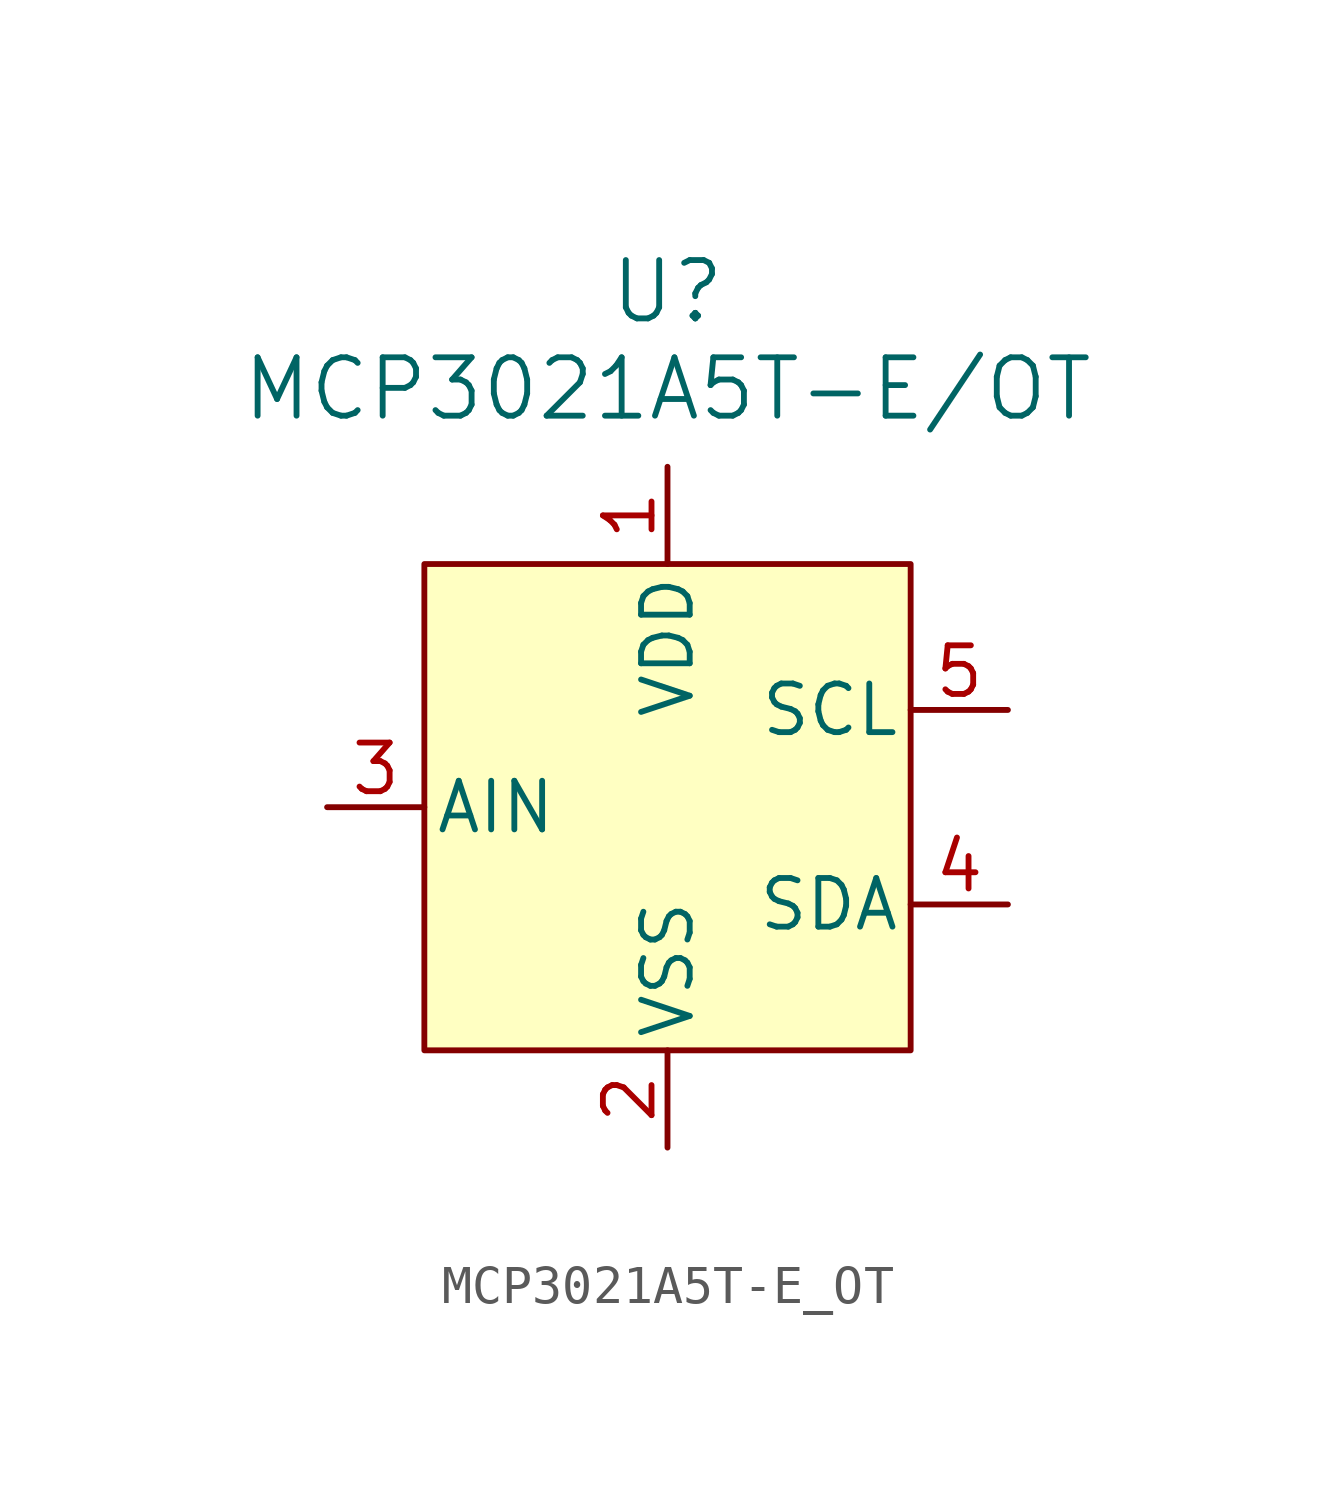
<source format=kicad_sym>
(kicad_symbol_lib
  (version 20231120)
  (generator "kicad_symbol_editor")
  (generator_version "8.0")
  (symbol "MCP3021A5T-E_OT"
    (pin_names
      (offset 0.254))
    (property "Reference" "U"
      (at 8.89 13.462 0)
      (effects (font (size 1.524 1.524))))
    (property "Value" "MCP3021A5T-E/OT"
      (at 8.89 10.922 0)
      (effects (font (size 1.524 1.524))))
    (property "ki_locked" ""
      (at 0 0 0)
      (effects (font (size 1.27 1.27))))
    (symbol "MCP3021A5T-E_OT_0_1"
      (rectangle (start 2.54 6.35) (end 15.24 -6.35) (stroke (width 0) (type default)) (fill (type background))))
    (symbol "MCP3021A5T-E_OT_1_1"
      (pin passive line (at 8.89 8.89 270) (length 2.54) (name "VDD" (effects (font (size 1.27 1.27)))) (number "1" (effects (font (size 1.27 1.27)))))
      (pin passive line (at 8.89 -8.89 90) (length 2.54) (name "VSS" (effects (font (size 1.27 1.27)))) (number "2" (effects (font (size 1.27 1.27)))))
      (pin passive line (at 0 0 0) (length 2.54) (name "AIN" (effects (font (size 1.27 1.27)))) (number "3" (effects (font (size 1.27 1.27)))))
      (pin passive line (at 17.78 -2.54 180) (length 2.54) (name "SDA" (effects (font (size 1.27 1.27)))) (number "4" (effects (font (size 1.27 1.27)))))
      (pin passive line (at 17.78 2.54 180) (length 2.54) (name "SCL" (effects (font (size 1.27 1.27)))) (number "5" (effects (font (size 1.27 1.27))))))))
</source>
